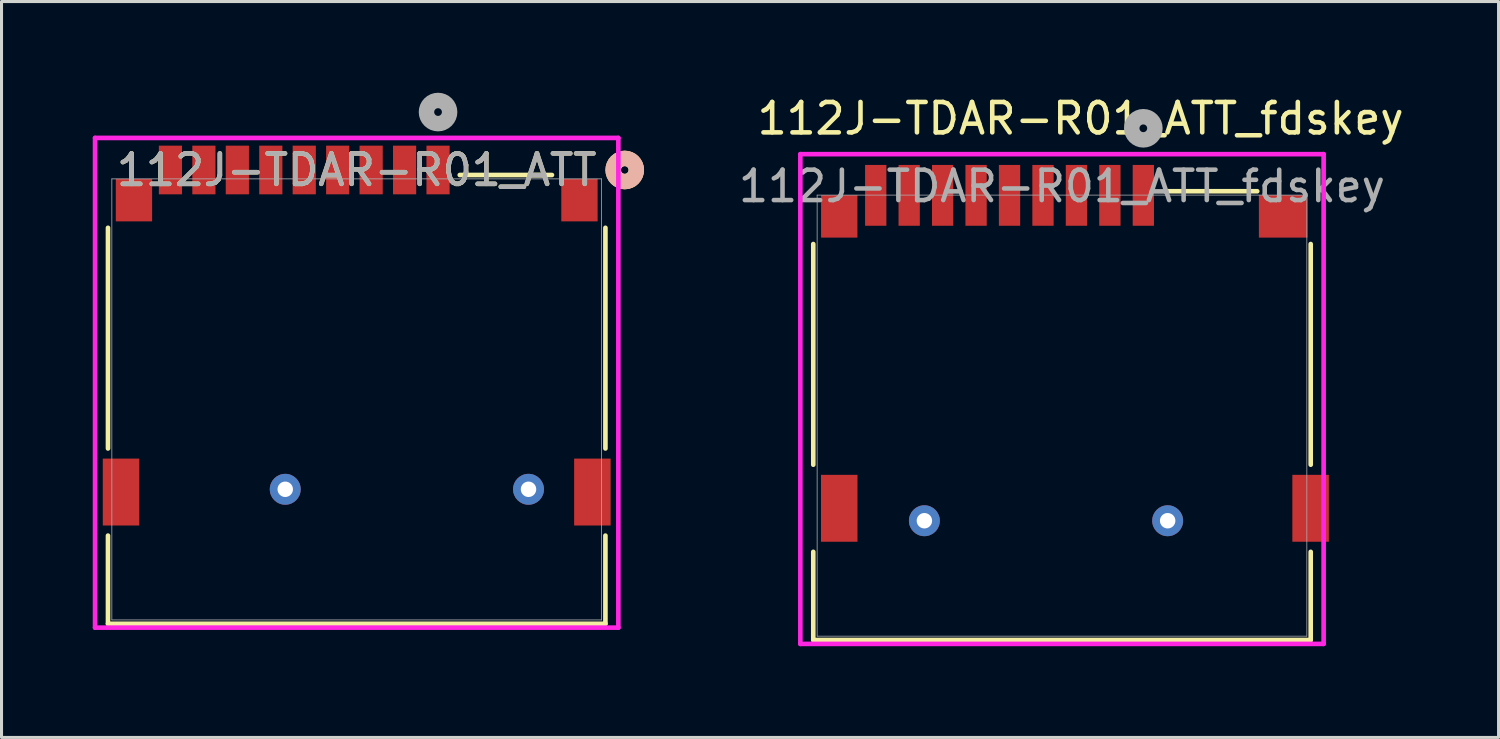
<source format=kicad_pcb>
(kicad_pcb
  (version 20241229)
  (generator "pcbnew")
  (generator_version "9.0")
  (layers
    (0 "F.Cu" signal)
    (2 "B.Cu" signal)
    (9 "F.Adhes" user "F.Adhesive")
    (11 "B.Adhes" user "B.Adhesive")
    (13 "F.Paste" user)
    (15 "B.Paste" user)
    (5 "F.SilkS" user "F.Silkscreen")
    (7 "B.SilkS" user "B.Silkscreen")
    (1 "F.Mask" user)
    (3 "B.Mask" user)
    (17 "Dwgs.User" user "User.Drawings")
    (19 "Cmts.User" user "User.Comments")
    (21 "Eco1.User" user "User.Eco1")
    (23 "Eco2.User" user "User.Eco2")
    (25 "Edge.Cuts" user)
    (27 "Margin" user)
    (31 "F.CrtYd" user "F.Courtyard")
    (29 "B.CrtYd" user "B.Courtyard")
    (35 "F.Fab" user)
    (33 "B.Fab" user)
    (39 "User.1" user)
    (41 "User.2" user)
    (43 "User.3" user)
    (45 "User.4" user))
  (footprint "112J-TDAR-R01_ATT_fdskey"
    (layer "F.Cu")
    (at 34.548 3.074)
    (property "Reference" "112J-TDAR-R01_ATT_fdskey" (at -2.063 -2.226 0) (unlocked yes) (layer "F.SilkS") (effects (font (size 1 1) (thickness 0.15))))
    (attr smd)
    (fp_line (start -10.854 1.901) (end -10.854 9.158) (stroke (width 0.152) (type solid)) (layer "F.SilkS"))
    (fp_line (start -10.854 12.023) (end -10.854 14.922) (stroke (width 0.152) (type solid)) (layer "F.SilkS"))
    (fp_line (start -10.854 14.922) (end 5.504 14.922) (stroke (width 0.152) (type solid)) (layer "F.SilkS"))
    (fp_line (start 3.746 0.165) (end 0.714 0.165) (stroke (width 0.152) (type solid)) (layer "F.SilkS"))
    (fp_line (start 5.504 9.158) (end 5.504 1.901) (stroke (width 0.152) (type solid)) (layer "F.SilkS"))
    (fp_line (start 5.504 14.922) (end 5.504 12.023) (stroke (width 0.152) (type solid)) (layer "F.SilkS"))
    (fp_line (start -11.279 -1.054) (end -11.279 15.05) (stroke (width 0.152) (type solid)) (layer "F.CrtYd"))
    (fp_line (start -11.279 15.05) (end 5.929 15.05) (stroke (width 0.152) (type solid)) (layer "F.CrtYd"))
    (fp_line (start 5.929 -1.054) (end -11.279 -1.054) (stroke (width 0.152) (type solid)) (layer "F.CrtYd"))
    (fp_line (start 5.929 15.05) (end 5.929 -1.054) (stroke (width 0.152) (type solid)) (layer "F.CrtYd"))
    (fp_line (start -10.727 0.292) (end -10.727 14.796) (stroke (width 0.025) (type solid)) (layer "F.Fab"))
    (fp_line (start -10.727 14.796) (end 5.377 14.796) (stroke (width 0.025) (type solid)) (layer "F.Fab"))
    (fp_line (start 5.377 0.292) (end -10.727 0.292) (stroke (width 0.025) (type solid)) (layer "F.Fab"))
    (fp_line (start 5.377 14.796) (end 5.377 0.292) (stroke (width 0.025) (type solid)) (layer "F.Fab"))
    (fp_circle (center 0 -1.905) (end 0.381 -1.905) (stroke (width 0.508) (type solid)) (fill no) (layer "F.Fab"))
    (fp_text user "${REFERENCE}" (at -2.675 0 0) (unlocked yes) (layer "F.Fab") (effects (font (size 1 1) (thickness 0.15))))
    (pad "1" smd rect (at 0 0.3) (size 0.7 2) (layers "F.Cu" "F.Mask" "F.Paste"))
    (pad "2" smd rect (at -1.1 0.3) (size 0.7 2) (layers "F.Cu" "F.Mask" "F.Paste"))
    (pad "3" smd rect (at -2.2 0.3) (size 0.7 2) (layers "F.Cu" "F.Mask" "F.Paste"))
    (pad "4" smd rect (at -3.3 0.3) (size 0.7 2) (layers "F.Cu" "F.Mask" "F.Paste"))
    (pad "5" smd rect (at -4.4 0.3) (size 0.7 2) (layers "F.Cu" "F.Mask" "F.Paste"))
    (pad "6" smd rect (at -5.5 0.3) (size 0.7 2) (layers "F.Cu" "F.Mask" "F.Paste"))
    (pad "7" smd rect (at -6.6 0.3) (size 0.7 2) (layers "F.Cu" "F.Mask" "F.Paste"))
    (pad "8" smd rect (at -7.7 0.3) (size 0.7 2) (layers "F.Cu" "F.Mask" "F.Paste"))
    (pad "9" smd rect (at -8.8 0.3) (size 0.7 2) (layers "F.Cu" "F.Mask" "F.Paste"))
    (pad "10" thru_hole circle (at -7.2 11) (size 1.016 1.016) (drill 0.508) (layers "*.Cu" "*.Mask") (remove_unused_layers yes) (keep_end_layers yes) (zone_layer_connections))
    (pad "11" thru_hole circle (at 0.8 11) (size 1.016 1.016) (drill 0.508) (layers "*.Cu" "*.Mask") (remove_unused_layers yes) (keep_end_layers yes) (zone_layer_connections))
    (pad "12" smd rect (at -10 0.991) (size 1.194 1.397) (layers "F.Cu" "F.Mask" "F.Paste"))
    (pad "13" smd rect (at 4.6 0.991) (size 1.6 1.397) (layers "F.Cu" "F.Mask" "F.Paste"))
    (pad "14" smd rect (at -10 10.591) (size 1.2 2.2) (layers "F.Cu" "F.Mask" "F.Paste"))
    (pad "15" smd rect (at 5.5 10.591) (size 1.2 2.2) (layers "F.Cu" "F.Mask" "F.Paste")))
  (footprint "112J-TDAR-R01_ATT"
    (layer "F.Cu")
    (at 11.355 2.54)
    (property "Reference" "112J-TDAR-R01_ATT" (at -2.675 0 0) (unlocked yes) (layer "F.SilkS") (effects (font (size 1 1) (thickness 0.15))))
    (attr smd)
    (fp_line (start -10.854 1.901) (end -10.854 9.158) (stroke (width 0.152) (type solid)) (layer "F.SilkS"))
    (fp_line (start -10.854 12.023) (end -10.854 14.922) (stroke (width 0.152) (type solid)) (layer "F.SilkS"))
    (fp_line (start -10.854 14.922) (end 5.504 14.922) (stroke (width 0.152) (type solid)) (layer "F.SilkS"))
    (fp_line (start 3.746 0.165) (end 0.714 0.165) (stroke (width 0.152) (type solid)) (layer "F.SilkS"))
    (fp_line (start 5.504 9.158) (end 5.504 1.901) (stroke (width 0.152) (type solid)) (layer "F.SilkS"))
    (fp_line (start 5.504 14.922) (end 5.504 12.023) (stroke (width 0.152) (type solid)) (layer "F.SilkS"))
    (fp_circle (center 6.139 0) (end 6.52 0) (stroke (width 0.508) (type solid)) (fill no) (layer "F.SilkS"))
    (fp_circle (center 6.139 0) (end 6.52 0) (stroke (width 0.508) (type solid)) (fill no) (layer "B.SilkS"))
    (fp_line (start -11.279 -1.054) (end -11.279 15.05) (stroke (width 0.152) (type solid)) (layer "F.CrtYd"))
    (fp_line (start -11.279 15.05) (end 5.929 15.05) (stroke (width 0.152) (type solid)) (layer "F.CrtYd"))
    (fp_line (start 5.929 -1.054) (end -11.279 -1.054) (stroke (width 0.152) (type solid)) (layer "F.CrtYd"))
    (fp_line (start 5.929 15.05) (end 5.929 -1.054) (stroke (width 0.152) (type solid)) (layer "F.CrtYd"))
    (fp_line (start -10.727 0.292) (end -10.727 14.796) (stroke (width 0.025) (type solid)) (layer "F.Fab"))
    (fp_line (start -10.727 14.796) (end 5.377 14.796) (stroke (width 0.025) (type solid)) (layer "F.Fab"))
    (fp_line (start 5.377 0.292) (end -10.727 0.292) (stroke (width 0.025) (type solid)) (layer "F.Fab"))
    (fp_line (start 5.377 14.796) (end 5.377 0.292) (stroke (width 0.025) (type solid)) (layer "F.Fab"))
    (fp_circle (center 0 -1.905) (end 0.381 -1.905) (stroke (width 0.508) (type solid)) (fill no) (layer "F.Fab"))
    (fp_text user "${REFERENCE}" (at -2.675 0 0) (unlocked yes) (layer "F.Fab") (effects (font (size 1 1) (thickness 0.15))))
    (pad "1" smd rect (at 0.000002 0) (size 0.762 1.6) (layers "F.Cu" "F.Mask" "F.Paste"))
    (pad "2" smd rect (at -1.1 0) (size 0.762 1.6) (layers "F.Cu" "F.Mask" "F.Paste"))
    (pad "3" smd rect (at -2.2 0) (size 0.762 1.6) (layers "F.Cu" "F.Mask" "F.Paste"))
    (pad "4" smd rect (at -3.3 0) (size 0.762 1.6) (layers "F.Cu" "F.Mask" "F.Paste"))
    (pad "5" smd rect (at -4.4 0) (size 0.762 1.6) (layers "F.Cu" "F.Mask" "F.Paste"))
    (pad "6" smd rect (at -5.5 0) (size 0.762 1.6) (layers "F.Cu" "F.Mask" "F.Paste"))
    (pad "7" smd rect (at -6.6 0) (size 0.762 1.6) (layers "F.Cu" "F.Mask" "F.Paste"))
    (pad "8" smd rect (at -7.7 0) (size 0.762 1.6) (layers "F.Cu" "F.Mask" "F.Paste"))
    (pad "9" smd rect (at -8.8 0) (size 0.762 1.6) (layers "F.Cu" "F.Mask" "F.Paste"))
    (pad "10" thru_hole circle (at -5.025 10.5) (size 1.016 1.016) (drill 0.508) (layers "*.Cu" "*.Mask"))
    (pad "11" thru_hole circle (at 2.975 10.5) (size 1.016 1.016) (drill 0.508) (layers "*.Cu" "*.Mask"))
    (pad "12" smd rect (at -10 0.991) (size 1.194 1.397) (layers "F.Cu" "F.Mask" "F.Paste"))
    (pad "13" smd rect (at 4.65 0.991) (size 1.194 1.397) (layers "F.Cu" "F.Mask" "F.Paste"))
    (pad "14" smd rect (at -10.425 10.591) (size 1.2 2.2) (layers "F.Cu" "F.Mask" "F.Paste"))
    (pad "15" smd rect (at 5.075 10.591) (size 1.2 2.2) (layers "F.Cu" "F.Mask" "F.Paste")))
  (gr_rect
    (start -3 -3)
    (end 46.229 21.2)
    (stroke (width 0.1) (type default))
    (fill no)
    (layer "Edge.Cuts")))
</source>
